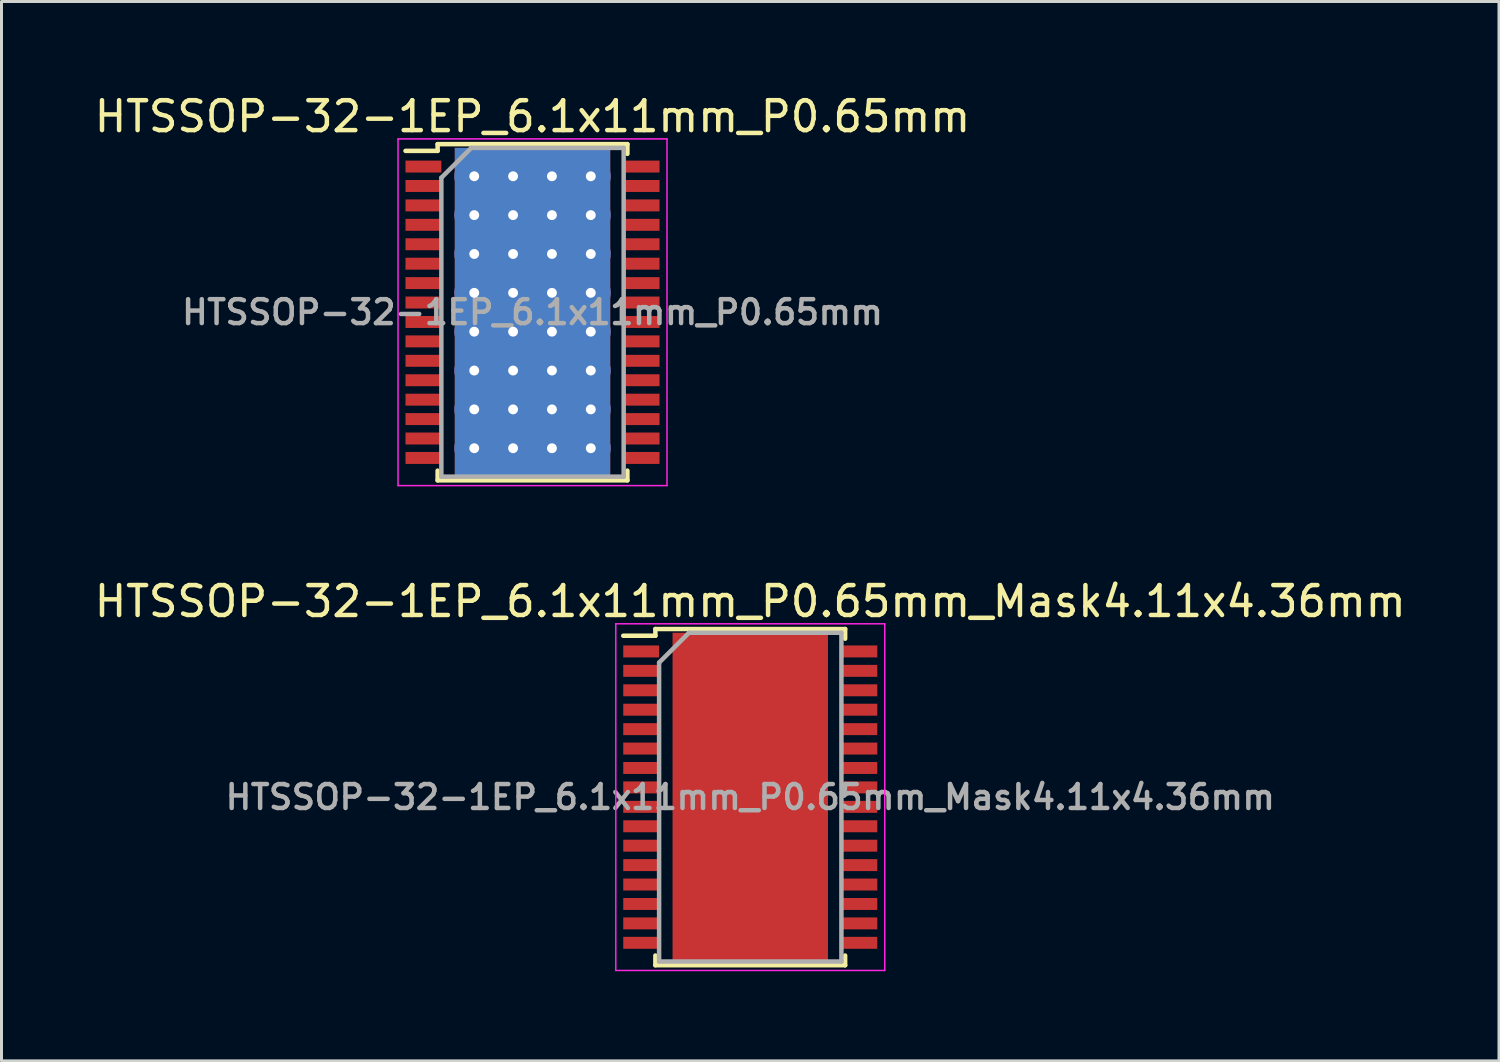
<source format=kicad_pcb>
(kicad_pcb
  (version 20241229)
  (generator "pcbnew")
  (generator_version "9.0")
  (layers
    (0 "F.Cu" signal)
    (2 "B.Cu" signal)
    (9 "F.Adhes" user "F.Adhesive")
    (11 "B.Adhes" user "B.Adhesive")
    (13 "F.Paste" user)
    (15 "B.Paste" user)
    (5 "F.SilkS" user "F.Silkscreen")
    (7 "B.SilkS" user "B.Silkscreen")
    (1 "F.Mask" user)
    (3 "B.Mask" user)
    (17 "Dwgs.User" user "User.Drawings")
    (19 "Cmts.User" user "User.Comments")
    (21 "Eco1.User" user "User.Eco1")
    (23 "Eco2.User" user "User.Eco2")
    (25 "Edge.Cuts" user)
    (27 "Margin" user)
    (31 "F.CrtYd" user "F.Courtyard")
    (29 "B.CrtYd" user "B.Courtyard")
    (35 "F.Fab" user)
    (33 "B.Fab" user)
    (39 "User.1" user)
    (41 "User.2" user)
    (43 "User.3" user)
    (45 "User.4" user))
  (footprint "HTSSOP-32-1EP_6.1x11mm_P0.65mm"
    (layer "F.Cu")
    (at 14.768 7.398)
    (property "Reference" "HTSSOP-32-1EP_6.1x11mm_P0.65mm" (at 0 -6.55 0) (layer "F.SilkS") (effects (font (size 1 1) (thickness 0.15))))
    (attr smd)
    (fp_line (start -4.25 -5.4) (end -3.175 -5.4) (stroke (width 0.15) (type solid)) (layer "F.SilkS"))
    (fp_line (start -3.175 -5.625) (end 3.175 -5.625) (stroke (width 0.15) (type solid)) (layer "F.SilkS"))
    (fp_line (start -3.175 -5.4) (end -3.175 -5.625) (stroke (width 0.15) (type solid)) (layer "F.SilkS"))
    (fp_line (start -3.175 5.3) (end -3.175 5.625) (stroke (width 0.15) (type solid)) (layer "F.SilkS"))
    (fp_line (start -3.175 5.625) (end 3.175 5.625) (stroke (width 0.15) (type solid)) (layer "F.SilkS"))
    (fp_line (start 3.175 -5.625) (end 3.175 -5.3) (stroke (width 0.15) (type solid)) (layer "F.SilkS"))
    (fp_line (start 3.175 5.625) (end 3.175 5.3) (stroke (width 0.15) (type solid)) (layer "F.SilkS"))
    (fp_line (start -4.5 -5.8) (end -4.5 5.8) (stroke (width 0.05) (type solid)) (layer "F.CrtYd"))
    (fp_line (start -4.5 5.8) (end 4.5 5.8) (stroke (width 0.05) (type solid)) (layer "F.CrtYd"))
    (fp_line (start 4.5 -5.8) (end -4.5 -5.8) (stroke (width 0.05) (type solid)) (layer "F.CrtYd"))
    (fp_line (start 4.5 5.8) (end 4.5 -5.8) (stroke (width 0.05) (type solid)) (layer "F.CrtYd"))
    (fp_line (start -3.05 -4.5) (end -2.05 -5.5) (stroke (width 0.15) (type solid)) (layer "F.Fab"))
    (fp_line (start -3.05 5.5) (end -3.05 -4.5) (stroke (width 0.15) (type solid)) (layer "F.Fab"))
    (fp_line (start -2.05 -5.5) (end 3.05 -5.5) (stroke (width 0.15) (type solid)) (layer "F.Fab"))
    (fp_line (start 3.05 -5.5) (end 3.05 5.5) (stroke (width 0.15) (type solid)) (layer "F.Fab"))
    (fp_line (start 3.05 5.5) (end -3.05 5.5) (stroke (width 0.15) (type solid)) (layer "F.Fab"))
    (fp_text user "${REFERENCE}" (at 0 0 0) (layer "F.Fab") (effects (font (size 0.8 0.8) (thickness 0.15))))
    (pad "1" smd rect (at -3.65 -4.875) (size 1.2 0.4) (layers "F.Cu" "F.Mask" "F.Paste"))
    (pad "2" smd rect (at -3.65 -4.225) (size 1.2 0.4) (layers "F.Cu" "F.Mask" "F.Paste"))
    (pad "3" smd rect (at -3.65 -3.575) (size 1.2 0.4) (layers "F.Cu" "F.Mask" "F.Paste"))
    (pad "4" smd rect (at -3.65 -2.925) (size 1.2 0.4) (layers "F.Cu" "F.Mask" "F.Paste"))
    (pad "5" smd rect (at -3.65 -2.275) (size 1.2 0.4) (layers "F.Cu" "F.Mask" "F.Paste"))
    (pad "6" smd rect (at -3.65 -1.625) (size 1.2 0.4) (layers "F.Cu" "F.Mask" "F.Paste"))
    (pad "7" smd rect (at -3.65 -0.975) (size 1.2 0.4) (layers "F.Cu" "F.Mask" "F.Paste"))
    (pad "8" smd rect (at -3.65 -0.325) (size 1.2 0.4) (layers "F.Cu" "F.Mask" "F.Paste"))
    (pad "9" smd rect (at -3.65 0.325) (size 1.2 0.4) (layers "F.Cu" "F.Mask" "F.Paste"))
    (pad "10" smd rect (at -3.65 0.975) (size 1.2 0.4) (layers "F.Cu" "F.Mask" "F.Paste"))
    (pad "11" smd rect (at -3.65 1.625) (size 1.2 0.4) (layers "F.Cu" "F.Mask" "F.Paste"))
    (pad "12" smd rect (at -3.65 2.275) (size 1.2 0.4) (layers "F.Cu" "F.Mask" "F.Paste"))
    (pad "13" smd rect (at -3.65 2.925) (size 1.2 0.4) (layers "F.Cu" "F.Mask" "F.Paste"))
    (pad "14" smd rect (at -3.65 3.575) (size 1.2 0.4) (layers "F.Cu" "F.Mask" "F.Paste"))
    (pad "15" smd rect (at -3.65 4.225) (size 1.2 0.4) (layers "F.Cu" "F.Mask" "F.Paste"))
    (pad "16" smd rect (at -3.65 4.875) (size 1.2 0.4) (layers "F.Cu" "F.Mask" "F.Paste"))
    (pad "17" smd rect (at 3.65 4.875) (size 1.2 0.4) (layers "F.Cu" "F.Mask" "F.Paste"))
    (pad "18" smd rect (at 3.65 4.225) (size 1.2 0.4) (layers "F.Cu" "F.Mask" "F.Paste"))
    (pad "19" smd rect (at 3.65 3.575) (size 1.2 0.4) (layers "F.Cu" "F.Mask" "F.Paste"))
    (pad "20" smd rect (at 3.65 2.925) (size 1.2 0.4) (layers "F.Cu" "F.Mask" "F.Paste"))
    (pad "21" smd rect (at 3.65 2.275) (size 1.2 0.4) (layers "F.Cu" "F.Mask" "F.Paste"))
    (pad "22" smd rect (at 3.65 1.625) (size 1.2 0.4) (layers "F.Cu" "F.Mask" "F.Paste"))
    (pad "23" smd rect (at 3.65 0.975) (size 1.2 0.4) (layers "F.Cu" "F.Mask" "F.Paste"))
    (pad "24" smd rect (at 3.65 0.325) (size 1.2 0.4) (layers "F.Cu" "F.Mask" "F.Paste"))
    (pad "25" smd rect (at 3.65 -0.325) (size 1.2 0.4) (layers "F.Cu" "F.Mask" "F.Paste"))
    (pad "26" smd rect (at 3.65 -0.975) (size 1.2 0.4) (layers "F.Cu" "F.Mask" "F.Paste"))
    (pad "27" smd rect (at 3.65 -1.625) (size 1.2 0.4) (layers "F.Cu" "F.Mask" "F.Paste"))
    (pad "28" smd rect (at 3.65 -2.275) (size 1.2 0.4) (layers "F.Cu" "F.Mask" "F.Paste"))
    (pad "29" smd rect (at 3.65 -2.925) (size 1.2 0.4) (layers "F.Cu" "F.Mask" "F.Paste"))
    (pad "30" smd rect (at 3.65 -3.575) (size 1.2 0.4) (layers "F.Cu" "F.Mask" "F.Paste"))
    (pad "31" smd rect (at 3.65 -4.225) (size 1.2 0.4) (layers "F.Cu" "F.Mask" "F.Paste"))
    (pad "32" smd rect (at 3.65 -4.875) (size 1.2 0.4) (layers "F.Cu" "F.Mask" "F.Paste"))
    (pad "33" thru_hole circle (at -1.95 -4.55) (size 1.33 1.33) (drill 0.33) (layers "*.Cu"))
    (pad "33" thru_hole circle (at -1.95 -3.25) (size 1.33 1.33) (drill 0.33) (layers "*.Cu"))
    (pad "33" thru_hole circle (at -1.95 -1.95) (size 1.33 1.33) (drill 0.33) (layers "*.Cu"))
    (pad "33" thru_hole circle (at -1.95 -0.65) (size 1.33 1.33) (drill 0.33) (layers "*.Cu"))
    (pad "33" thru_hole circle (at -1.95 0.65) (size 1.33 1.33) (drill 0.33) (layers "*.Cu"))
    (pad "33" thru_hole circle (at -1.95 1.95) (size 1.33 1.33) (drill 0.33) (layers "*.Cu"))
    (pad "33" thru_hole circle (at -1.95 3.25) (size 1.33 1.33) (drill 0.33) (layers "*.Cu"))
    (pad "33" thru_hole circle (at -1.95 4.55) (size 1.33 1.33) (drill 0.33) (layers "*.Cu"))
    (pad "33" thru_hole circle (at -0.65 -4.55) (size 1.33 1.33) (drill 0.33) (layers "*.Cu"))
    (pad "33" thru_hole circle (at -0.65 -3.25) (size 1.33 1.33) (drill 0.33) (layers "*.Cu"))
    (pad "33" thru_hole circle (at -0.65 -1.95) (size 1.33 1.33) (drill 0.33) (layers "*.Cu"))
    (pad "33" thru_hole circle (at -0.65 -0.65) (size 1.33 1.33) (drill 0.33) (layers "*.Cu"))
    (pad "33" thru_hole circle (at -0.65 0.65) (size 1.33 1.33) (drill 0.33) (layers "*.Cu"))
    (pad "33" thru_hole circle (at -0.65 1.95) (size 1.33 1.33) (drill 0.33) (layers "*.Cu"))
    (pad "33" thru_hole circle (at -0.65 3.25) (size 1.33 1.33) (drill 0.33) (layers "*.Cu"))
    (pad "33" thru_hole circle (at -0.65 4.55) (size 1.33 1.33) (drill 0.33) (layers "*.Cu"))
    (pad "33" smd rect (at 0 0) (size 4.11 4.36) (layers "F.Cu" "F.Mask" "F.Paste"))
    (pad "33" smd rect (at 0 0) (size 5.2 11) (layers "*.Cu"))
    (pad "33" thru_hole circle (at 0.65 -4.55) (size 1.33 1.33) (drill 0.33) (layers "*.Cu"))
    (pad "33" thru_hole circle (at 0.65 -3.25) (size 1.33 1.33) (drill 0.33) (layers "*.Cu"))
    (pad "33" thru_hole circle (at 0.65 -1.95) (size 1.33 1.33) (drill 0.33) (layers "*.Cu"))
    (pad "33" thru_hole circle (at 0.65 -0.65) (size 1.33 1.33) (drill 0.33) (layers "*.Cu"))
    (pad "33" thru_hole circle (at 0.65 0.65) (size 1.33 1.33) (drill 0.33) (layers "*.Cu"))
    (pad "33" thru_hole circle (at 0.65 1.95) (size 1.33 1.33) (drill 0.33) (layers "*.Cu"))
    (pad "33" thru_hole circle (at 0.65 3.25) (size 1.33 1.33) (drill 0.33) (layers "*.Cu"))
    (pad "33" thru_hole circle (at 0.65 4.55) (size 1.33 1.33) (drill 0.33) (layers "*.Cu"))
    (pad "33" thru_hole circle (at 1.95 -4.55) (size 1.33 1.33) (drill 0.33) (layers "*.Cu"))
    (pad "33" thru_hole circle (at 1.95 -3.25) (size 1.33 1.33) (drill 0.33) (layers "*.Cu"))
    (pad "33" thru_hole circle (at 1.95 -1.95) (size 1.33 1.33) (drill 0.33) (layers "*.Cu"))
    (pad "33" thru_hole circle (at 1.95 -0.65) (size 1.33 1.33) (drill 0.33) (layers "*.Cu"))
    (pad "33" thru_hole circle (at 1.95 0.65) (size 1.33 1.33) (drill 0.33) (layers "*.Cu"))
    (pad "33" thru_hole circle (at 1.95 1.95) (size 1.33 1.33) (drill 0.33) (layers "*.Cu"))
    (pad "33" thru_hole circle (at 1.95 3.25) (size 1.33 1.33) (drill 0.33) (layers "*.Cu"))
    (pad "33" thru_hole circle (at 1.95 4.55) (size 1.33 1.33) (drill 0.33) (layers "*.Cu")))
  (footprint "HTSSOP-32-1EP_6.1x11mm_P0.65mm_Mask4.11x4.36mm"
    (layer "F.Cu")
    (at 22.054 23.622)
    (property "Reference" "HTSSOP-32-1EP_6.1x11mm_P0.65mm_Mask4.11x4.36mm" (at 0 -6.55 0) (layer "F.SilkS") (effects (font (size 1 1) (thickness 0.15))))
    (attr smd)
    (fp_line (start -4.25 -5.4) (end -3.175 -5.4) (stroke (width 0.15) (type solid)) (layer "F.SilkS"))
    (fp_line (start -3.175 -5.625) (end 3.175 -5.625) (stroke (width 0.15) (type solid)) (layer "F.SilkS"))
    (fp_line (start -3.175 -5.4) (end -3.175 -5.625) (stroke (width 0.15) (type solid)) (layer "F.SilkS"))
    (fp_line (start -3.175 5.3) (end -3.175 5.625) (stroke (width 0.15) (type solid)) (layer "F.SilkS"))
    (fp_line (start -3.175 5.625) (end 3.175 5.625) (stroke (width 0.15) (type solid)) (layer "F.SilkS"))
    (fp_line (start 3.175 -5.625) (end 3.175 -5.3) (stroke (width 0.15) (type solid)) (layer "F.SilkS"))
    (fp_line (start 3.175 5.625) (end 3.175 5.3) (stroke (width 0.15) (type solid)) (layer "F.SilkS"))
    (fp_line (start -4.5 -5.8) (end -4.5 5.8) (stroke (width 0.05) (type solid)) (layer "F.CrtYd"))
    (fp_line (start -4.5 5.8) (end 4.5 5.8) (stroke (width 0.05) (type solid)) (layer "F.CrtYd"))
    (fp_line (start 4.5 -5.8) (end -4.5 -5.8) (stroke (width 0.05) (type solid)) (layer "F.CrtYd"))
    (fp_line (start 4.5 5.8) (end 4.5 -5.8) (stroke (width 0.05) (type solid)) (layer "F.CrtYd"))
    (fp_line (start -3.05 -4.5) (end -2.05 -5.5) (stroke (width 0.15) (type solid)) (layer "F.Fab"))
    (fp_line (start -3.05 5.5) (end -3.05 -4.5) (stroke (width 0.15) (type solid)) (layer "F.Fab"))
    (fp_line (start -2.05 -5.5) (end 3.05 -5.5) (stroke (width 0.15) (type solid)) (layer "F.Fab"))
    (fp_line (start 3.05 -5.5) (end 3.05 5.5) (stroke (width 0.15) (type solid)) (layer "F.Fab"))
    (fp_line (start 3.05 5.5) (end -3.05 5.5) (stroke (width 0.15) (type solid)) (layer "F.Fab"))
    (fp_text user "${REFERENCE}" (at 0 0 0) (layer "F.Fab") (effects (font (size 0.8 0.8) (thickness 0.15))))
    (pad "" smd rect (at -1.37 -1.46) (size 1.07 1.16) (layers "F.Paste"))
    (pad "" smd rect (at -1.37 0) (size 1.07 1.16) (layers "F.Paste"))
    (pad "" smd rect (at -1.37 1.46) (size 1.07 1.16) (layers "F.Paste"))
    (pad "" smd rect (at 0 -1.46) (size 1.07 1.16) (layers "F.Paste"))
    (pad "" smd rect (at 0 0) (size 1.07 1.16) (layers "F.Paste"))
    (pad "" smd rect (at 0 0) (size 4.11 4.36) (layers "F.Mask"))
    (pad "" smd rect (at 0 1.46) (size 1.07 1.16) (layers "F.Paste"))
    (pad "" smd rect (at 1.37 -1.46) (size 1.07 1.16) (layers "F.Paste"))
    (pad "" smd rect (at 1.37 0) (size 1.07 1.16) (layers "F.Paste"))
    (pad "" smd rect (at 1.37 1.46) (size 1.07 1.16) (layers "F.Paste"))
    (pad "1" smd rect (at -3.65 -4.875) (size 1.2 0.4) (layers "F.Cu" "F.Mask" "F.Paste"))
    (pad "2" smd rect (at -3.65 -4.225) (size 1.2 0.4) (layers "F.Cu" "F.Mask" "F.Paste"))
    (pad "3" smd rect (at -3.65 -3.575) (size 1.2 0.4) (layers "F.Cu" "F.Mask" "F.Paste"))
    (pad "4" smd rect (at -3.65 -2.925) (size 1.2 0.4) (layers "F.Cu" "F.Mask" "F.Paste"))
    (pad "5" smd rect (at -3.65 -2.275) (size 1.2 0.4) (layers "F.Cu" "F.Mask" "F.Paste"))
    (pad "6" smd rect (at -3.65 -1.625) (size 1.2 0.4) (layers "F.Cu" "F.Mask" "F.Paste"))
    (pad "7" smd rect (at -3.65 -0.975) (size 1.2 0.4) (layers "F.Cu" "F.Mask" "F.Paste"))
    (pad "8" smd rect (at -3.65 -0.325) (size 1.2 0.4) (layers "F.Cu" "F.Mask" "F.Paste"))
    (pad "9" smd rect (at -3.65 0.325) (size 1.2 0.4) (layers "F.Cu" "F.Mask" "F.Paste"))
    (pad "10" smd rect (at -3.65 0.975) (size 1.2 0.4) (layers "F.Cu" "F.Mask" "F.Paste"))
    (pad "11" smd rect (at -3.65 1.625) (size 1.2 0.4) (layers "F.Cu" "F.Mask" "F.Paste"))
    (pad "12" smd rect (at -3.65 2.275) (size 1.2 0.4) (layers "F.Cu" "F.Mask" "F.Paste"))
    (pad "13" smd rect (at -3.65 2.925) (size 1.2 0.4) (layers "F.Cu" "F.Mask" "F.Paste"))
    (pad "14" smd rect (at -3.65 3.575) (size 1.2 0.4) (layers "F.Cu" "F.Mask" "F.Paste"))
    (pad "15" smd rect (at -3.65 4.225) (size 1.2 0.4) (layers "F.Cu" "F.Mask" "F.Paste"))
    (pad "16" smd rect (at -3.65 4.875) (size 1.2 0.4) (layers "F.Cu" "F.Mask" "F.Paste"))
    (pad "17" smd rect (at 3.65 4.875) (size 1.2 0.4) (layers "F.Cu" "F.Mask" "F.Paste"))
    (pad "18" smd rect (at 3.65 4.225) (size 1.2 0.4) (layers "F.Cu" "F.Mask" "F.Paste"))
    (pad "19" smd rect (at 3.65 3.575) (size 1.2 0.4) (layers "F.Cu" "F.Mask" "F.Paste"))
    (pad "20" smd rect (at 3.65 2.925) (size 1.2 0.4) (layers "F.Cu" "F.Mask" "F.Paste"))
    (pad "21" smd rect (at 3.65 2.275) (size 1.2 0.4) (layers "F.Cu" "F.Mask" "F.Paste"))
    (pad "22" smd rect (at 3.65 1.625) (size 1.2 0.4) (layers "F.Cu" "F.Mask" "F.Paste"))
    (pad "23" smd rect (at 3.65 0.975) (size 1.2 0.4) (layers "F.Cu" "F.Mask" "F.Paste"))
    (pad "24" smd rect (at 3.65 0.325) (size 1.2 0.4) (layers "F.Cu" "F.Mask" "F.Paste"))
    (pad "25" smd rect (at 3.65 -0.325) (size 1.2 0.4) (layers "F.Cu" "F.Mask" "F.Paste"))
    (pad "26" smd rect (at 3.65 -0.975) (size 1.2 0.4) (layers "F.Cu" "F.Mask" "F.Paste"))
    (pad "27" smd rect (at 3.65 -1.625) (size 1.2 0.4) (layers "F.Cu" "F.Mask" "F.Paste"))
    (pad "28" smd rect (at 3.65 -2.275) (size 1.2 0.4) (layers "F.Cu" "F.Mask" "F.Paste"))
    (pad "29" smd rect (at 3.65 -2.925) (size 1.2 0.4) (layers "F.Cu" "F.Mask" "F.Paste"))
    (pad "30" smd rect (at 3.65 -3.575) (size 1.2 0.4) (layers "F.Cu" "F.Mask" "F.Paste"))
    (pad "31" smd rect (at 3.65 -4.225) (size 1.2 0.4) (layers "F.Cu" "F.Mask" "F.Paste"))
    (pad "32" smd rect (at 3.65 -4.875) (size 1.2 0.4) (layers "F.Cu" "F.Mask" "F.Paste"))
    (pad "33" smd rect (at 0 0) (size 5.2 11) (layers "F.Cu")))
  (gr_rect
    (start -3 -3)
    (end 47.107 32.447)
    (stroke (width 0.1) (type default))
    (fill no)
    (layer "Edge.Cuts")))
</source>
